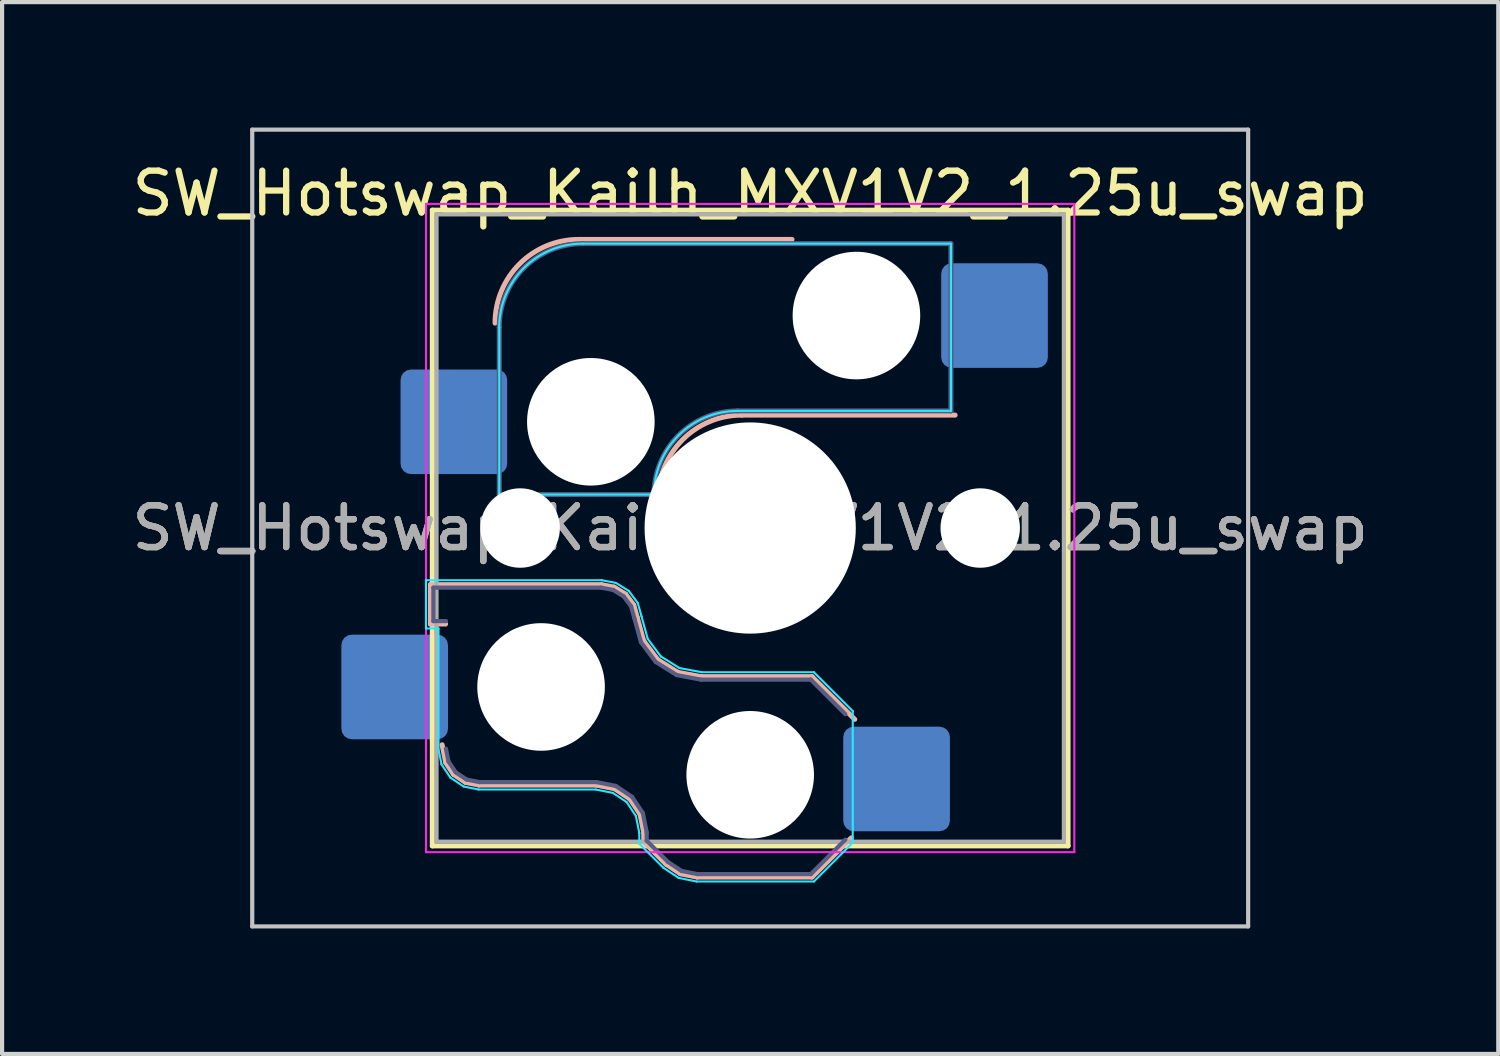
<source format=kicad_pcb>
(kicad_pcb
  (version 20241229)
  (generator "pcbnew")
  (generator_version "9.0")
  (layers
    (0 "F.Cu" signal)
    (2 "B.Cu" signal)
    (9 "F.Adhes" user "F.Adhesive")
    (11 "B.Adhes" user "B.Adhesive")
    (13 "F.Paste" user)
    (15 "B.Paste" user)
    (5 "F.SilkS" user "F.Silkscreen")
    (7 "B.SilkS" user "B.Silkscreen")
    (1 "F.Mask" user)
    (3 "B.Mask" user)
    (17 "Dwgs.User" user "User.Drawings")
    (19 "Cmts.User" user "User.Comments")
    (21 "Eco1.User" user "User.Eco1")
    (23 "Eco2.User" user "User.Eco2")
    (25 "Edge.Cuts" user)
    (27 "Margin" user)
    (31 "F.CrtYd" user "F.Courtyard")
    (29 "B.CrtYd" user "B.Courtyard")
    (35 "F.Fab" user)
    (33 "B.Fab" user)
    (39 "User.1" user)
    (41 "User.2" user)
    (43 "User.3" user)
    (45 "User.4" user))
  (footprint "SW_Hotswap_Kailh_MXV1V2_1.25u_swap"
    (layer "F.Cu")
    (at 14.887 9.575)
    (property "Reference" "SW_Hotswap_Kailh_MXV1V2_1.25u_swap" (at 0 -8 0) (layer "F.SilkS") (effects (font (size 1 1) (thickness 0.15))))
    (attr smd)
    (fp_line (start -7.6 -7.6) (end -7.6 7.6) (stroke (width 0.12) (type solid)) (layer "F.SilkS"))
    (fp_line (start -7.6 7.6) (end 7.6 7.6) (stroke (width 0.12) (type solid)) (layer "F.SilkS"))
    (fp_line (start 7.6 -7.6) (end -7.6 -7.6) (stroke (width 0.12) (type solid)) (layer "F.SilkS"))
    (fp_line (start 7.6 7.6) (end 7.6 -7.6) (stroke (width 0.12) (type solid)) (layer "F.SilkS"))
    (fp_line (start -7.646 1.354) (end -3.56 1.354) (stroke (width 0.12) (type solid)) (layer "B.SilkS"))
    (fp_line (start -7.646 2.296) (end -7.646 1.354) (stroke (width 0.12) (type solid)) (layer "B.SilkS"))
    (fp_line (start -7.283 2.296) (end -7.646 2.296) (stroke (width 0.12) (type solid)) (layer "B.SilkS"))
    (fp_line (start -7.281 5.609) (end -7.366 5.182) (stroke (width 0.12) (type solid)) (layer "B.SilkS"))
    (fp_line (start -7.092 5.892) (end -7.281 5.609) (stroke (width 0.12) (type solid)) (layer "B.SilkS"))
    (fp_line (start -6.809 6.081) (end -7.092 5.892) (stroke (width 0.12) (type solid)) (layer "B.SilkS"))
    (fp_line (start -6.482 6.146) (end -6.809 6.081) (stroke (width 0.12) (type solid)) (layer "B.SilkS"))
    (fp_line (start -4.1 -6.9) (end 1 -6.9) (stroke (width 0.12) (type solid)) (layer "B.SilkS"))
    (fp_line (start -3.682 6.146) (end -6.482 6.146) (stroke (width 0.12) (type solid)) (layer "B.SilkS"))
    (fp_line (start -3.56 1.354) (end -3.25 1.413) (stroke (width 0.12) (type solid)) (layer "B.SilkS"))
    (fp_line (start -3.25 1.413) (end -2.976 1.583) (stroke (width 0.12) (type solid)) (layer "B.SilkS"))
    (fp_line (start -3.244 6.233) (end -3.682 6.146) (stroke (width 0.12) (type solid)) (layer "B.SilkS"))
    (fp_line (start -2.976 1.583) (end -2.783 1.841) (stroke (width 0.12) (type solid)) (layer "B.SilkS"))
    (fp_line (start -2.877 6.477) (end -3.244 6.233) (stroke (width 0.12) (type solid)) (layer "B.SilkS"))
    (fp_line (start -2.783 1.841) (end -2.701 2.139) (stroke (width 0.12) (type solid)) (layer "B.SilkS"))
    (fp_line (start -2.701 2.139) (end -2.547 2.697) (stroke (width 0.12) (type solid)) (layer "B.SilkS"))
    (fp_line (start -2.633 6.844) (end -2.877 6.477) (stroke (width 0.12) (type solid)) (layer "B.SilkS"))
    (fp_line (start -2.547 2.697) (end -2.209 3.15) (stroke (width 0.12) (type solid)) (layer "B.SilkS"))
    (fp_line (start -2.546 7.282) (end -2.633 6.844) (stroke (width 0.12) (type solid)) (layer "B.SilkS"))
    (fp_line (start -2.546 7.504) (end -2.546 7.282) (stroke (width 0.12) (type solid)) (layer "B.SilkS"))
    (fp_line (start -2.209 3.15) (end -1.73 3.449) (stroke (width 0.12) (type solid)) (layer "B.SilkS"))
    (fp_line (start -2.013 8.037) (end -2.546 7.504) (stroke (width 0.12) (type solid)) (layer "B.SilkS"))
    (fp_line (start -1.73 3.449) (end -1.168 3.554) (stroke (width 0.12) (type solid)) (layer "B.SilkS"))
    (fp_line (start -1.671 8.266) (end -2.013 8.037) (stroke (width 0.12) (type solid)) (layer "B.SilkS"))
    (fp_line (start -1.268 8.346) (end -1.671 8.266) (stroke (width 0.12) (type solid)) (layer "B.SilkS"))
    (fp_line (start -1.168 3.554) (end 1.479 3.554) (stroke (width 0.12) (type solid)) (layer "B.SilkS"))
    (fp_line (start -0.2 -2.7) (end 4.9 -2.7) (stroke (width 0.12) (type solid)) (layer "B.SilkS"))
    (fp_line (start 1.479 3.554) (end 2.5 4.575) (stroke (width 0.12) (type solid)) (layer "B.SilkS"))
    (fp_line (start 1.479 8.346) (end -1.268 8.346) (stroke (width 0.12) (type solid)) (layer "B.SilkS"))
    (fp_line (start 2.416 7.409) (end 1.479 8.346) (stroke (width 0.12) (type solid)) (layer "B.SilkS"))
    (fp_arc (start -6.1 -4.9) (mid -5.514214 -6.314214) (end -4.1 -6.9) (stroke (width 0.12) (type solid)) (layer "B.SilkS"))
    (fp_arc (start -2.2 -0.7) (mid -1.614214 -2.114214) (end -0.2 -2.7) (stroke (width 0.12) (type solid)) (layer "B.SilkS"))
    (fp_line (start -11.906 -9.525) (end -11.906 9.525) (stroke (width 0.1) (type solid)) (layer "Dwgs.User"))
    (fp_line (start -11.906 9.525) (end 11.906 9.525) (stroke (width 0.1) (type solid)) (layer "Dwgs.User"))
    (fp_line (start 11.906 -9.525) (end -11.906 -9.525) (stroke (width 0.1) (type solid)) (layer "Dwgs.User"))
    (fp_line (start 11.906 9.525) (end 11.906 -9.525) (stroke (width 0.1) (type solid)) (layer "Dwgs.User"))
    (fp_line (start -7.752 1.248) (end -3.55 1.248) (stroke (width 0.05) (type solid)) (layer "B.CrtYd"))
    (fp_line (start -7.752 2.402) (end -7.752 1.248) (stroke (width 0.05) (type solid)) (layer "B.CrtYd"))
    (fp_line (start -7.452 2.402) (end -7.752 2.402) (stroke (width 0.05) (type solid)) (layer "B.CrtYd"))
    (fp_line (start -7.452 5.292) (end -7.452 2.402) (stroke (width 0.05) (type solid)) (layer "B.CrtYd"))
    (fp_line (start -7.381 5.65) (end -7.452 5.292) (stroke (width 0.05) (type solid)) (layer "B.CrtYd"))
    (fp_line (start -7.168 5.968) (end -7.381 5.65) (stroke (width 0.05) (type solid)) (layer "B.CrtYd"))
    (fp_line (start -6.85 6.181) (end -7.168 5.968) (stroke (width 0.05) (type solid)) (layer "B.CrtYd"))
    (fp_line (start -6.492 6.252) (end -6.85 6.181) (stroke (width 0.05) (type solid)) (layer "B.CrtYd"))
    (fp_line (start -6 -0.8) (end -6 -4.8) (stroke (width 0.05) (type solid)) (layer "B.CrtYd"))
    (fp_line (start -6 -0.8) (end -2.3 -0.8) (stroke (width 0.05) (type solid)) (layer "B.CrtYd"))
    (fp_line (start -4 -6.8) (end 4.8 -6.8) (stroke (width 0.05) (type solid)) (layer "B.CrtYd"))
    (fp_line (start -3.692 6.252) (end -6.492 6.252) (stroke (width 0.05) (type solid)) (layer "B.CrtYd"))
    (fp_line (start -3.55 1.248) (end -3.211 1.312) (stroke (width 0.05) (type solid)) (layer "B.CrtYd"))
    (fp_line (start -3.285 6.333) (end -3.692 6.252) (stroke (width 0.05) (type solid)) (layer "B.CrtYd"))
    (fp_line (start -3.211 1.312) (end -2.903 1.503) (stroke (width 0.05) (type solid)) (layer "B.CrtYd"))
    (fp_line (start -2.953 6.553) (end -3.285 6.333) (stroke (width 0.05) (type solid)) (layer "B.CrtYd"))
    (fp_line (start -2.903 1.503) (end -2.687 1.794) (stroke (width 0.05) (type solid)) (layer "B.CrtYd"))
    (fp_line (start -2.733 6.885) (end -2.953 6.553) (stroke (width 0.05) (type solid)) (layer "B.CrtYd"))
    (fp_line (start -2.687 1.794) (end -2.599 2.111) (stroke (width 0.05) (type solid)) (layer "B.CrtYd"))
    (fp_line (start -2.652 7.292) (end -2.733 6.885) (stroke (width 0.05) (type solid)) (layer "B.CrtYd"))
    (fp_line (start -2.652 7.548) (end -2.652 7.292) (stroke (width 0.05) (type solid)) (layer "B.CrtYd"))
    (fp_line (start -2.599 2.111) (end -2.45 2.65) (stroke (width 0.05) (type solid)) (layer "B.CrtYd"))
    (fp_line (start -2.45 2.65) (end -2.136 3.071) (stroke (width 0.05) (type solid)) (layer "B.CrtYd"))
    (fp_line (start -2.136 3.071) (end -1.691 3.348) (stroke (width 0.05) (type solid)) (layer "B.CrtYd"))
    (fp_line (start -2.081 8.119) (end -2.652 7.548) (stroke (width 0.05) (type solid)) (layer "B.CrtYd"))
    (fp_line (start -1.712 8.366) (end -2.081 8.119) (stroke (width 0.05) (type solid)) (layer "B.CrtYd"))
    (fp_line (start -1.691 3.348) (end -1.159 3.448) (stroke (width 0.05) (type solid)) (layer "B.CrtYd"))
    (fp_line (start -1.278 8.452) (end -1.712 8.366) (stroke (width 0.05) (type solid)) (layer "B.CrtYd"))
    (fp_line (start -1.159 3.448) (end 1.523 3.448) (stroke (width 0.05) (type solid)) (layer "B.CrtYd"))
    (fp_line (start -0.3 -2.8) (end 4.8 -2.8) (stroke (width 0.05) (type solid)) (layer "B.CrtYd"))
    (fp_line (start 1.523 3.448) (end 2.452 4.377) (stroke (width 0.05) (type solid)) (layer "B.CrtYd"))
    (fp_line (start 1.523 8.452) (end -1.278 8.452) (stroke (width 0.05) (type solid)) (layer "B.CrtYd"))
    (fp_line (start 2.452 4.377) (end 2.452 7.523) (stroke (width 0.05) (type solid)) (layer "B.CrtYd"))
    (fp_line (start 2.452 7.523) (end 1.523 8.452) (stroke (width 0.05) (type solid)) (layer "B.CrtYd"))
    (fp_line (start 4.8 -6.8) (end 4.8 -2.8) (stroke (width 0.05) (type solid)) (layer "B.CrtYd"))
    (fp_arc (start -6 -4.8) (mid -5.414214 -6.214214) (end -4 -6.8) (stroke (width 0.05) (type solid)) (layer "B.CrtYd"))
    (fp_arc (start -2.3 -0.8) (mid -1.714214 -2.214214) (end -0.3 -2.8) (stroke (width 0.05) (type solid)) (layer "B.CrtYd"))
    (fp_line (start -7.75 -7.75) (end -7.75 7.75) (stroke (width 0.05) (type solid)) (layer "F.CrtYd"))
    (fp_line (start -7.75 7.75) (end 7.75 7.75) (stroke (width 0.05) (type solid)) (layer "F.CrtYd"))
    (fp_line (start 7.75 -7.75) (end -7.75 -7.75) (stroke (width 0.05) (type solid)) (layer "F.CrtYd"))
    (fp_line (start 7.75 7.75) (end 7.75 -7.75) (stroke (width 0.05) (type solid)) (layer "F.CrtYd"))
    (fp_line (start -7.575 1.425) (end -3.567 1.425) (stroke (width 0.1) (type solid)) (layer "B.Fab"))
    (fp_line (start -7.575 2.225) (end -7.575 1.425) (stroke (width 0.1) (type solid)) (layer "B.Fab"))
    (fp_line (start -7.275 2.225) (end -7.575 2.225) (stroke (width 0.1) (type solid)) (layer "B.Fab"))
    (fp_line (start -7.214 5.581) (end -7.275 5.275) (stroke (width 0.1) (type solid)) (layer "B.Fab"))
    (fp_line (start -7.041 5.841) (end -7.214 5.581) (stroke (width 0.1) (type solid)) (layer "B.Fab"))
    (fp_line (start -6.781 6.014) (end -7.041 5.841) (stroke (width 0.1) (type solid)) (layer "B.Fab"))
    (fp_line (start -6.475 6.075) (end -6.781 6.014) (stroke (width 0.1) (type solid)) (layer "B.Fab"))
    (fp_line (start -6 -0.8) (end -6 -4.8) (stroke (width 0.12) (type solid)) (layer "B.Fab"))
    (fp_line (start -6 -0.8) (end -2.3 -0.8) (stroke (width 0.12) (type solid)) (layer "B.Fab"))
    (fp_line (start -4 -6.8) (end 4.8 -6.8) (stroke (width 0.12) (type solid)) (layer "B.Fab"))
    (fp_line (start -3.675 6.075) (end -6.475 6.075) (stroke (width 0.1) (type solid)) (layer "B.Fab"))
    (fp_line (start -3.567 1.425) (end -3.276 1.48) (stroke (width 0.1) (type solid)) (layer "B.Fab"))
    (fp_line (start -3.276 1.48) (end -3.025 1.636) (stroke (width 0.1) (type solid)) (layer "B.Fab"))
    (fp_line (start -3.216 6.166) (end -3.675 6.075) (stroke (width 0.1) (type solid)) (layer "B.Fab"))
    (fp_line (start -3.025 1.636) (end -2.848 1.873) (stroke (width 0.1) (type solid)) (layer "B.Fab"))
    (fp_line (start -2.848 1.873) (end -2.769 2.158) (stroke (width 0.1) (type solid)) (layer "B.Fab"))
    (fp_line (start -2.826 6.426) (end -3.216 6.166) (stroke (width 0.1) (type solid)) (layer "B.Fab"))
    (fp_line (start -2.769 2.158) (end -2.612 2.729) (stroke (width 0.1) (type solid)) (layer "B.Fab"))
    (fp_line (start -2.612 2.729) (end -2.258 3.203) (stroke (width 0.1) (type solid)) (layer "B.Fab"))
    (fp_line (start -2.566 6.816) (end -2.826 6.426) (stroke (width 0.1) (type solid)) (layer "B.Fab"))
    (fp_line (start -2.475 7.275) (end -2.566 6.816) (stroke (width 0.1) (type solid)) (layer "B.Fab"))
    (fp_line (start -2.475 7.475) (end -2.475 7.275) (stroke (width 0.1) (type solid)) (layer "B.Fab"))
    (fp_line (start -2.258 3.203) (end -1.756 3.516) (stroke (width 0.1) (type solid)) (layer "B.Fab"))
    (fp_line (start -1.968 7.982) (end -2.475 7.475) (stroke (width 0.1) (type solid)) (layer "B.Fab"))
    (fp_line (start -1.756 3.516) (end -1.175 3.625) (stroke (width 0.1) (type solid)) (layer "B.Fab"))
    (fp_line (start -1.643 8.199) (end -1.968 7.982) (stroke (width 0.1) (type solid)) (layer "B.Fab"))
    (fp_line (start -1.261 8.275) (end -1.643 8.199) (stroke (width 0.1) (type solid)) (layer "B.Fab"))
    (fp_line (start -1.175 3.625) (end 1.45 3.625) (stroke (width 0.1) (type solid)) (layer "B.Fab"))
    (fp_line (start -0.3 -2.8) (end 4.8 -2.8) (stroke (width 0.12) (type solid)) (layer "B.Fab"))
    (fp_line (start 1.45 3.625) (end 2.275 4.45) (stroke (width 0.1) (type solid)) (layer "B.Fab"))
    (fp_line (start 1.45 8.275) (end -1.261 8.275) (stroke (width 0.1) (type solid)) (layer "B.Fab"))
    (fp_line (start 2.275 7.45) (end 1.45 8.275) (stroke (width 0.1) (type solid)) (layer "B.Fab"))
    (fp_line (start 4.8 -6.8) (end 4.8 -2.8) (stroke (width 0.12) (type solid)) (layer "B.Fab"))
    (fp_arc (start -6 -4.8) (mid -5.414214 -6.214214) (end -4 -6.8) (stroke (width 0.12) (type solid)) (layer "B.Fab"))
    (fp_arc (start -2.3 -0.8) (mid -1.714214 -2.214214) (end -0.3 -2.8) (stroke (width 0.12) (type solid)) (layer "B.Fab"))
    (fp_line (start -7.5 -7.5) (end -7.5 7.5) (stroke (width 0.1) (type solid)) (layer "F.Fab"))
    (fp_line (start -7.5 7.5) (end 7.5 7.5) (stroke (width 0.1) (type solid)) (layer "F.Fab"))
    (fp_line (start 7.5 -7.5) (end -7.5 -7.5) (stroke (width 0.1) (type solid)) (layer "F.Fab"))
    (fp_line (start 7.5 7.5) (end 7.5 -7.5) (stroke (width 0.1) (type solid)) (layer "F.Fab"))
    (fp_text user "${REFERENCE}" (at 0 0 180) (layer "F.Fab") (effects (font (size 1 1) (thickness 0.15))))
    (fp_text user "${REFERENCE}" (at 0 0 0) (layer "F.Fab") (effects (font (size 1 1) (thickness 0.15))))
    (fp_text user "${REFERENCE}" (at 0 0 180) (layer "F.Fab") (effects (font (size 1 1) (thickness 0.15))))
    (pad "" np_thru_hole circle (at -5.5 0 180) (size 1.9 1.9) (drill 1.9) (layers "*.Cu" "*.Mask"))
    (pad "" np_thru_hole circle (at -5 3.8 180) (size 3.05 3.05) (drill 3.05) (layers "*.Cu" "*.Mask"))
    (pad "" np_thru_hole circle (at -3.81 -2.54) (size 3.05 3.05) (drill 3.05) (layers "*.Cu" "*.Mask"))
    (pad "" np_thru_hole circle (at 0 0 180) (size 5.05 5.05) (drill 5.05) (layers "*.Cu" "*.Mask"))
    (pad "" np_thru_hole circle (at 0 5.9 180) (size 3.05 3.05) (drill 3.05) (layers "*.Cu" "*.Mask"))
    (pad "" np_thru_hole circle (at 2.54 -5.08) (size 3.05 3.05) (drill 3.05) (layers "*.Cu" "*.Mask"))
    (pad "" np_thru_hole circle (at 5.5 0 180) (size 1.9 1.9) (drill 1.9) (layers "*.Cu" "*.Mask"))
    (pad "1" smd roundrect (at -8.5 3.8 180) (size 2.55 2.5) (layers "B.Cu" "B.Mask" "B.Paste") (roundrect_rratio 0.1))
    (pad "1" smd roundrect (at -7.085 -2.54) (size 2.55 2.5) (layers "B.Cu" "B.Mask" "B.Paste") (roundrect_rratio 0.1))
    (pad "2" smd roundrect (at 3.5 6 180) (size 2.55 2.5) (layers "B.Cu" "B.Mask" "B.Paste") (roundrect_rratio 0.1))
    (pad "2" smd roundrect (at 5.842 -5.08) (size 2.55 2.5) (layers "B.Cu" "B.Mask" "B.Paste") (roundrect_rratio 0.1)))
  (gr_rect
    (start -3 -3)
    (end 32.774 22.15)
    (stroke (width 0.1) (type default))
    (fill no)
    (layer "Edge.Cuts")))
</source>
